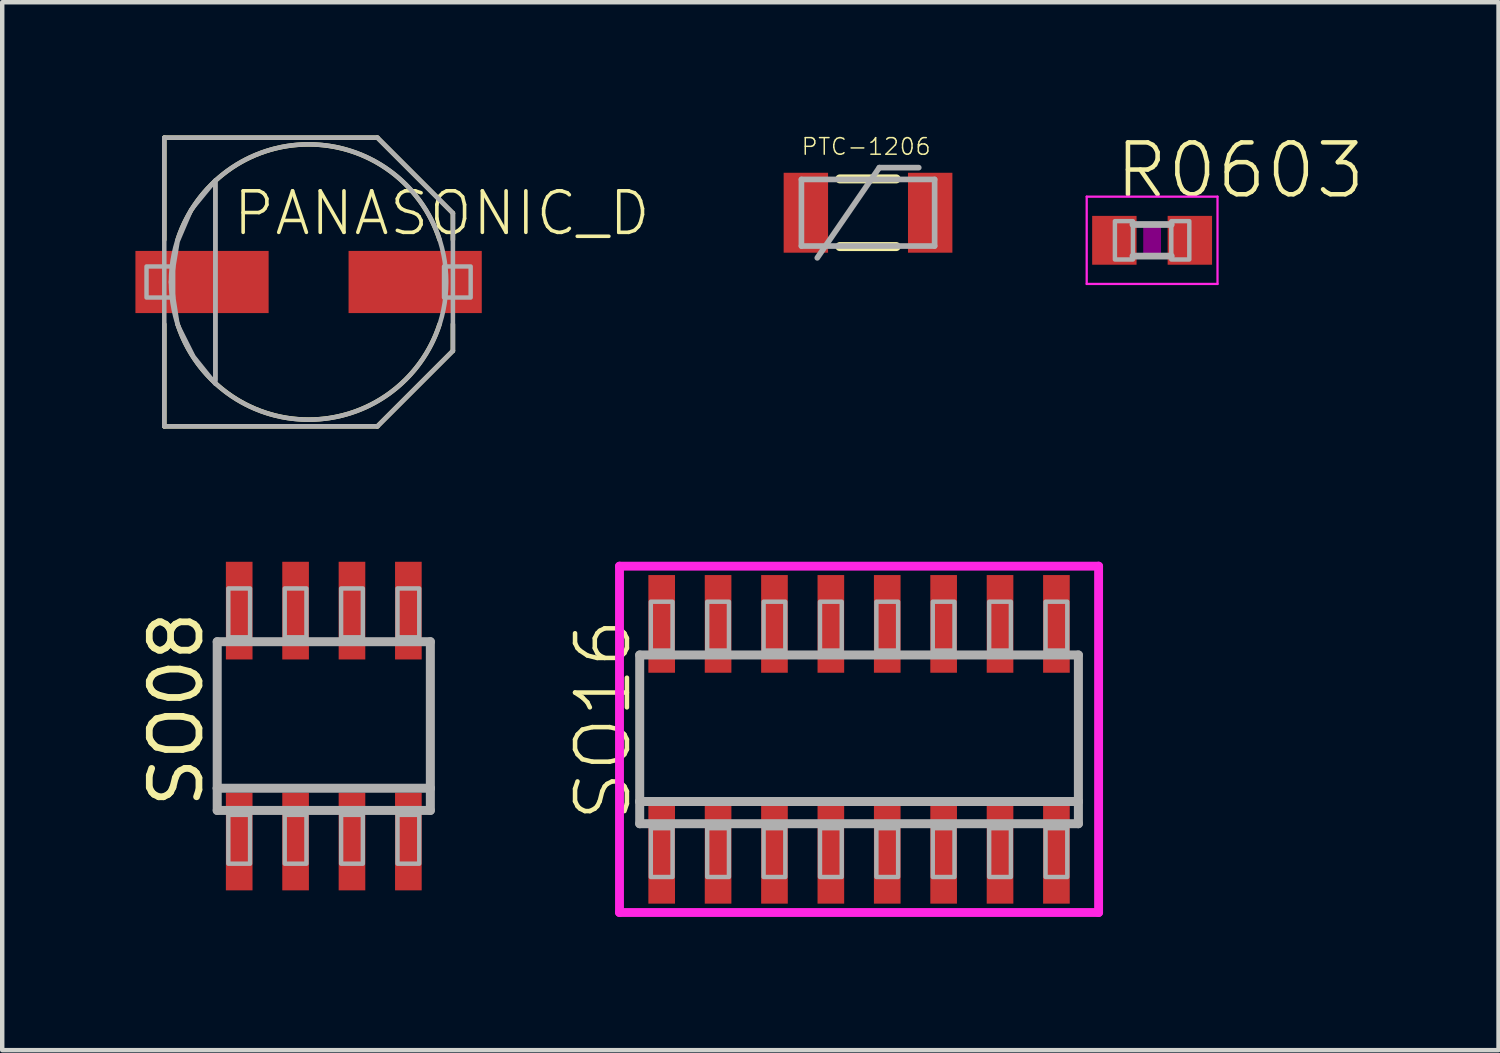
<source format=kicad_pcb>
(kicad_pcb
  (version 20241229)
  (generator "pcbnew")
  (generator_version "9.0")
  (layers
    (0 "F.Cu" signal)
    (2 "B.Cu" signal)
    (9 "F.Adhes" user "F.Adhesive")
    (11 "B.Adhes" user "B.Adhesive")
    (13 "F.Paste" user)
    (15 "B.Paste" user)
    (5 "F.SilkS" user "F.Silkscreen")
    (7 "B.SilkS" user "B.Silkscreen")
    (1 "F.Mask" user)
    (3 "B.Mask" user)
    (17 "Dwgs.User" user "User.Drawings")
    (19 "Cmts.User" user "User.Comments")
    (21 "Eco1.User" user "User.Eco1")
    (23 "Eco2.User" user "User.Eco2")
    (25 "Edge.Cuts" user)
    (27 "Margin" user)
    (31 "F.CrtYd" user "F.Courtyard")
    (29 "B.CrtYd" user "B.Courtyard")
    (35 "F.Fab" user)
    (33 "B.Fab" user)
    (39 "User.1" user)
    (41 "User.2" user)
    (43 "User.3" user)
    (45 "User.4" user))
  (footprint "SO08"
    (layer "F.Cu")
    (at 4.242 13.302)
    (property "Reference" "SO08" (at -2.667 1.905 90) (layer "F.SilkS") (effects (font (size 1.118 1.118) (thickness 0.152)) (justify left bottom)))
    (fp_line (start -2.4 -1.9) (end 2.4 -1.9) (stroke (width 0.203) (type solid)) (layer "F.Fab"))
    (fp_line (start -2.4 1.4) (end -2.4 -1.9) (stroke (width 0.203) (type solid)) (layer "F.Fab"))
    (fp_line (start -2.4 1.9) (end -2.4 1.4) (stroke (width 0.203) (type solid)) (layer "F.Fab"))
    (fp_line (start 2.4 -1.9) (end 2.4 1.4) (stroke (width 0.203) (type solid)) (layer "F.Fab"))
    (fp_line (start 2.4 1.4) (end -2.4 1.4) (stroke (width 0.203) (type solid)) (layer "F.Fab"))
    (fp_line (start 2.4 1.4) (end 2.4 1.9) (stroke (width 0.203) (type solid)) (layer "F.Fab"))
    (fp_line (start 2.4 1.9) (end -2.4 1.9) (stroke (width 0.203) (type solid)) (layer "F.Fab"))
    (fp_poly (pts (xy -2.15 -2) (xy -1.66 -2) (xy -1.66 -3.1) (xy -2.15 -3.1)) (stroke (width 0.1) (type solid)) (fill no) (layer "F.Fab"))
    (fp_poly (pts (xy -2.15 3.1) (xy -1.66 3.1) (xy -1.66 2) (xy -2.15 2)) (stroke (width 0.1) (type solid)) (fill no) (layer "F.Fab"))
    (fp_poly (pts (xy -0.88 -2) (xy -0.39 -2) (xy -0.39 -3.1) (xy -0.88 -3.1)) (stroke (width 0.1) (type solid)) (fill no) (layer "F.Fab"))
    (fp_poly (pts (xy -0.88 3.1) (xy -0.39 3.1) (xy -0.39 2) (xy -0.88 2)) (stroke (width 0.1) (type solid)) (fill no) (layer "F.Fab"))
    (fp_poly (pts (xy 0.39 -2) (xy 0.88 -2) (xy 0.88 -3.1) (xy 0.39 -3.1)) (stroke (width 0.1) (type solid)) (fill no) (layer "F.Fab"))
    (fp_poly (pts (xy 0.39 3.1) (xy 0.88 3.1) (xy 0.88 2) (xy 0.39 2)) (stroke (width 0.1) (type solid)) (fill no) (layer "F.Fab"))
    (fp_poly (pts (xy 1.66 -2) (xy 2.15 -2) (xy 2.15 -3.1) (xy 1.66 -3.1)) (stroke (width 0.1) (type solid)) (fill no) (layer "F.Fab"))
    (fp_poly (pts (xy 1.66 3.1) (xy 2.15 3.1) (xy 2.15 2) (xy 1.66 2)) (stroke (width 0.1) (type solid)) (fill no) (layer "F.Fab"))
    (pad "1" smd rect (at -1.905 2.6) (size 0.6 2.2) (layers "F.Cu" "F.Mask" "F.Paste"))
    (pad "2" smd rect (at -0.635 2.6) (size 0.6 2.2) (layers "F.Cu" "F.Mask" "F.Paste"))
    (pad "3" smd rect (at 0.635 2.6) (size 0.6 2.2) (layers "F.Cu" "F.Mask" "F.Paste"))
    (pad "4" smd rect (at 1.905 2.6) (size 0.6 2.2) (layers "F.Cu" "F.Mask" "F.Paste"))
    (pad "5" smd rect (at 1.905 -2.6) (size 0.6 2.2) (layers "F.Cu" "F.Mask" "F.Paste"))
    (pad "6" smd rect (at 0.635 -2.6) (size 0.6 2.2) (layers "F.Cu" "F.Mask" "F.Paste"))
    (pad "7" smd rect (at -0.635 -2.6) (size 0.6 2.2) (layers "F.Cu" "F.Mask" "F.Paste"))
    (pad "8" smd rect (at -1.905 -2.6) (size 0.6 2.2) (layers "F.Cu" "F.Mask" "F.Paste")))
  (footprint "PTC-1206"
    (layer "F.Cu")
    (at 16.499 1.741)
    (property "Reference" "PTC-1206" (at -1.524 -1.27 0) (layer "F.SilkS") (effects (font (size 0.374 0.374) (thickness 0.033)) (justify left bottom)))
    (fp_line (start -0.635 -0.762) (end 0.635 -0.762) (stroke (width 0.203) (type solid)) (layer "F.SilkS"))
    (fp_line (start 0.635 0.762) (end -0.635 0.762) (stroke (width 0.203) (type solid)) (layer "F.SilkS"))
    (fp_line (start -1.5 -0.75) (end 1.5 -0.75) (stroke (width 0.127) (type solid)) (layer "F.Fab"))
    (fp_line (start -1.5 0.75) (end -1.5 -0.75) (stroke (width 0.127) (type solid)) (layer "F.Fab"))
    (fp_line (start -1.143 1.016) (end 0.254 -1.016) (stroke (width 0.127) (type solid)) (layer "F.Fab"))
    (fp_line (start 0.254 -1.016) (end 1.143 -1.016) (stroke (width 0.127) (type solid)) (layer "F.Fab"))
    (fp_line (start 1.5 -0.75) (end 1.5 0.75) (stroke (width 0.127) (type solid)) (layer "F.Fab"))
    (fp_line (start 1.5 0.75) (end -1.5 0.75) (stroke (width 0.127) (type solid)) (layer "F.Fab"))
    (pad "1" smd rect (at -1.4 0) (size 1 1.8) (layers "F.Cu" "F.Mask" "F.Paste"))
    (pad "2" smd rect (at 1.4 0) (size 1 1.8) (layers "F.Cu" "F.Mask" "F.Paste")))
  (footprint "SO16"
    (layer "F.Cu")
    (at 16.297 13.601)
    (property "Reference" "SO16" (at -5.08 1.905 90) (layer "F.SilkS") (effects (font (size 1.168 1.168) (thickness 0.102)) (justify left bottom)))
    (fp_line (start -5.395 -3.9) (end 5.395 -3.9) (stroke (width 0.2) (type solid)) (layer "F.CrtYd"))
    (fp_line (start -5.395 3.9) (end -5.395 -3.9) (stroke (width 0.2) (type solid)) (layer "F.CrtYd"))
    (fp_line (start 5.395 -3.9) (end 5.395 3.9) (stroke (width 0.2) (type solid)) (layer "F.CrtYd"))
    (fp_line (start 5.395 3.9) (end -5.395 3.9) (stroke (width 0.2) (type solid)) (layer "F.CrtYd"))
    (fp_line (start -4.94 -1.9) (end 4.94 -1.9) (stroke (width 0.203) (type solid)) (layer "F.Fab"))
    (fp_line (start -4.94 1.4) (end -4.94 -1.9) (stroke (width 0.203) (type solid)) (layer "F.Fab"))
    (fp_line (start -4.94 1.9) (end -4.94 1.4) (stroke (width 0.203) (type solid)) (layer "F.Fab"))
    (fp_line (start 4.94 -1.9) (end 4.94 1.4) (stroke (width 0.203) (type solid)) (layer "F.Fab"))
    (fp_line (start 4.94 1.4) (end -4.94 1.4) (stroke (width 0.203) (type solid)) (layer "F.Fab"))
    (fp_line (start 4.94 1.4) (end 4.94 1.9) (stroke (width 0.203) (type solid)) (layer "F.Fab"))
    (fp_line (start 4.94 1.9) (end -4.94 1.9) (stroke (width 0.203) (type solid)) (layer "F.Fab"))
    (fp_poly (pts (xy -4.69 -2) (xy -4.2 -2) (xy -4.2 -3.1) (xy -4.69 -3.1)) (stroke (width 0.1) (type solid)) (fill no) (layer "F.Fab"))
    (fp_poly (pts (xy -4.69 3.1) (xy -4.2 3.1) (xy -4.2 2) (xy -4.69 2)) (stroke (width 0.1) (type solid)) (fill no) (layer "F.Fab"))
    (fp_poly (pts (xy -3.42 -2) (xy -2.93 -2) (xy -2.93 -3.1) (xy -3.42 -3.1)) (stroke (width 0.1) (type solid)) (fill no) (layer "F.Fab"))
    (fp_poly (pts (xy -3.42 3.1) (xy -2.93 3.1) (xy -2.93 2) (xy -3.42 2)) (stroke (width 0.1) (type solid)) (fill no) (layer "F.Fab"))
    (fp_poly (pts (xy -2.15 -2) (xy -1.66 -2) (xy -1.66 -3.1) (xy -2.15 -3.1)) (stroke (width 0.1) (type solid)) (fill no) (layer "F.Fab"))
    (fp_poly (pts (xy -2.15 3.1) (xy -1.66 3.1) (xy -1.66 2) (xy -2.15 2)) (stroke (width 0.1) (type solid)) (fill no) (layer "F.Fab"))
    (fp_poly (pts (xy -0.88 -2) (xy -0.39 -2) (xy -0.39 -3.1) (xy -0.88 -3.1)) (stroke (width 0.1) (type solid)) (fill no) (layer "F.Fab"))
    (fp_poly (pts (xy -0.88 3.1) (xy -0.39 3.1) (xy -0.39 2) (xy -0.88 2)) (stroke (width 0.1) (type solid)) (fill no) (layer "F.Fab"))
    (fp_poly (pts (xy 0.39 -2) (xy 0.88 -2) (xy 0.88 -3.1) (xy 0.39 -3.1)) (stroke (width 0.1) (type solid)) (fill no) (layer "F.Fab"))
    (fp_poly (pts (xy 0.39 3.1) (xy 0.88 3.1) (xy 0.88 2) (xy 0.39 2)) (stroke (width 0.1) (type solid)) (fill no) (layer "F.Fab"))
    (fp_poly (pts (xy 1.66 -2) (xy 2.15 -2) (xy 2.15 -3.1) (xy 1.66 -3.1)) (stroke (width 0.1) (type solid)) (fill no) (layer "F.Fab"))
    (fp_poly (pts (xy 1.66 3.1) (xy 2.15 3.1) (xy 2.15 2) (xy 1.66 2)) (stroke (width 0.1) (type solid)) (fill no) (layer "F.Fab"))
    (fp_poly (pts (xy 2.93 -2) (xy 3.42 -2) (xy 3.42 -3.1) (xy 2.93 -3.1)) (stroke (width 0.1) (type solid)) (fill no) (layer "F.Fab"))
    (fp_poly (pts (xy 2.93 3.1) (xy 3.42 3.1) (xy 3.42 2) (xy 2.93 2)) (stroke (width 0.1) (type solid)) (fill no) (layer "F.Fab"))
    (fp_poly (pts (xy 4.2 -2) (xy 4.69 -2) (xy 4.69 -3.1) (xy 4.2 -3.1)) (stroke (width 0.1) (type solid)) (fill no) (layer "F.Fab"))
    (fp_poly (pts (xy 4.2 3.1) (xy 4.69 3.1) (xy 4.69 2) (xy 4.2 2)) (stroke (width 0.1) (type solid)) (fill no) (layer "F.Fab"))
    (pad "1" smd rect (at -4.445 2.6) (size 0.6 2.2) (layers "F.Cu" "F.Mask" "F.Paste"))
    (pad "2" smd rect (at -3.175 2.6) (size 0.6 2.2) (layers "F.Cu" "F.Mask" "F.Paste"))
    (pad "3" smd rect (at -1.905 2.6) (size 0.6 2.2) (layers "F.Cu" "F.Mask" "F.Paste"))
    (pad "4" smd rect (at -0.635 2.6) (size 0.6 2.2) (layers "F.Cu" "F.Mask" "F.Paste"))
    (pad "5" smd rect (at 0.635 2.6) (size 0.6 2.2) (layers "F.Cu" "F.Mask" "F.Paste"))
    (pad "6" smd rect (at 1.905 2.6) (size 0.6 2.2) (layers "F.Cu" "F.Mask" "F.Paste"))
    (pad "7" smd rect (at 3.175 2.6) (size 0.6 2.2) (layers "F.Cu" "F.Mask" "F.Paste"))
    (pad "8" smd rect (at 4.445 2.6) (size 0.6 2.2) (layers "F.Cu" "F.Mask" "F.Paste"))
    (pad "9" smd rect (at 4.445 -2.6) (size 0.6 2.2) (layers "F.Cu" "F.Mask" "F.Paste"))
    (pad "10" smd rect (at 3.175 -2.6) (size 0.6 2.2) (layers "F.Cu" "F.Mask" "F.Paste"))
    (pad "11" smd rect (at 1.905 -2.6) (size 0.6 2.2) (layers "F.Cu" "F.Mask" "F.Paste"))
    (pad "12" smd rect (at 0.635 -2.6) (size 0.6 2.2) (layers "F.Cu" "F.Mask" "F.Paste"))
    (pad "13" smd rect (at -0.635 -2.6) (size 0.6 2.2) (layers "F.Cu" "F.Mask" "F.Paste"))
    (pad "14" smd rect (at -1.905 -2.6) (size 0.6 2.2) (layers "F.Cu" "F.Mask" "F.Paste"))
    (pad "15" smd rect (at -3.175 -2.6) (size 0.6 2.2) (layers "F.Cu" "F.Mask" "F.Paste"))
    (pad "16" smd rect (at -4.445 -2.6) (size 0.6 2.2) (layers "F.Cu" "F.Mask" "F.Paste")))
  (footprint "R0603"
    (layer "F.Cu")
    (at 22.897 2.362)
    (property "Reference" "R0603" (at -0.889 -0.889 0) (layer "F.SilkS") (effects (font (size 1.168 1.168) (thickness 0.102)) (justify left bottom)))
    (fp_poly (pts (xy -0.2 0.4) (xy 0.2 0.4) (xy 0.2 -0.4) (xy -0.2 -0.4)) (stroke (width 0) (type solid)) (fill yes) (layer "F.Adhes"))
    (fp_line (start -1.473 -0.983) (end 1.473 -0.983) (stroke (width 0.051) (type solid)) (layer "F.CrtYd"))
    (fp_line (start -1.473 0.983) (end -1.473 -0.983) (stroke (width 0.051) (type solid)) (layer "F.CrtYd"))
    (fp_line (start 1.473 -0.983) (end 1.473 0.983) (stroke (width 0.051) (type solid)) (layer "F.CrtYd"))
    (fp_line (start 1.473 0.983) (end -1.473 0.983) (stroke (width 0.051) (type solid)) (layer "F.CrtYd"))
    (fp_line (start -0.432 0.356) (end 0.432 0.356) (stroke (width 0.152) (type solid)) (layer "F.Fab"))
    (fp_line (start 0.432 -0.356) (end -0.432 -0.356) (stroke (width 0.152) (type solid)) (layer "F.Fab"))
    (fp_poly (pts (xy -0.838 0.432) (xy -0.432 0.432) (xy -0.432 -0.432) (xy -0.838 -0.432)) (stroke (width 0.1) (type solid)) (fill no) (layer "F.Fab"))
    (fp_poly (pts (xy 0.432 0.432) (xy 0.838 0.432) (xy 0.838 -0.432) (xy 0.432 -0.432)) (stroke (width 0.1) (type solid)) (fill no) (layer "F.Fab"))
    (pad "1" smd rect (at -0.85 0) (size 1 1.1) (layers "F.Cu" "F.Mask" "F.Paste"))
    (pad "2" smd rect (at 0.85 0) (size 1 1.1) (layers "F.Cu" "F.Mask" "F.Paste")))
  (footprint "PANASONIC_D"
    (layer "F.Cu")
    (at 3.9 3.301)
    (property "Reference" "PANASONIC_D" (at -1.75 -1 0) (layer "F.SilkS") (effects (font (size 0.935 0.935) (thickness 0.081)) (justify left bottom)))
    (fp_line (start -3.25 -3.25) (end 1.55 -3.25) (stroke (width 0.102) (type solid)) (layer "F.SilkS"))
    (fp_line (start -3.25 -0.95) (end -3.25 -3.25) (stroke (width 0.102) (type solid)) (layer "F.SilkS"))
    (fp_line (start -3.25 3.25) (end -3.25 0.95) (stroke (width 0.102) (type solid)) (layer "F.SilkS"))
    (fp_line (start 1.55 -3.25) (end 3.25 -1.55) (stroke (width 0.102) (type solid)) (layer "F.SilkS"))
    (fp_line (start 1.55 3.25) (end -3.25 3.25) (stroke (width 0.102) (type solid)) (layer "F.SilkS"))
    (fp_line (start 3.25 -1.55) (end 3.25 -0.95) (stroke (width 0.102) (type solid)) (layer "F.SilkS"))
    (fp_line (start 3.25 0.95) (end 3.25 1.55) (stroke (width 0.102) (type solid)) (layer "F.SilkS"))
    (fp_line (start 3.25 1.55) (end 1.55 3.25) (stroke (width 0.102) (type solid)) (layer "F.SilkS"))
    (fp_arc (start -2.95 -0.95) (mid 0 -3.099193) (end 2.95 -0.95) (stroke (width 0.1016) (type solid)) (layer "F.SilkS"))
    (fp_arc (start 2.95 0.95) (mid 0 3.099193) (end -2.95 0.95) (stroke (width 0.1016) (type solid)) (layer "F.SilkS"))
    (fp_line (start -3.25 -3.25) (end 1.55 -3.25) (stroke (width 0.102) (type solid)) (layer "F.Fab"))
    (fp_line (start -3.25 3.25) (end -3.25 -3.25) (stroke (width 0.102) (type solid)) (layer "F.Fab"))
    (fp_line (start -2.1 -2.25) (end -2.1 2.2) (stroke (width 0.102) (type solid)) (layer "F.Fab"))
    (fp_line (start 1.55 -3.25) (end 3.25 -1.55) (stroke (width 0.102) (type solid)) (layer "F.Fab"))
    (fp_line (start 1.55 3.25) (end -3.25 3.25) (stroke (width 0.102) (type solid)) (layer "F.Fab"))
    (fp_line (start 3.25 -1.55) (end 3.25 1.55) (stroke (width 0.102) (type solid)) (layer "F.Fab"))
    (fp_line (start 3.25 1.55) (end 1.55 3.25) (stroke (width 0.102) (type solid)) (layer "F.Fab"))
    (fp_circle (center 0 0) (end 3.1 0) (stroke (width 0.102) (type solid)) (fill no) (layer "F.Fab"))
    (fp_poly (pts (xy -3.65 0.35) (xy -3.05 0.35) (xy -3.05 -0.35) (xy -3.65 -0.35)) (stroke (width 0.1) (type solid)) (fill no) (layer "F.Fab"))
    (fp_poly (pts (xy 3.05 0.35) (xy 3.65 0.35) (xy 3.65 -0.35) (xy 3.05 -0.35)) (stroke (width 0.1) (type solid)) (fill no) (layer "F.Fab"))
    (fp_poly (pts (xy -2.099 2.295) (xy -2.593 1.678) (xy -2.949 0.966) (xy -3.101 -0.00022) (xy -2.949 -0.914) (xy -2.644 -1.627) (xy -2.099 -2.292)) (stroke (width 0.1) (type solid)) (fill no) (layer "F.Fab"))
    (pad "+" smd rect (at 2.4 0) (size 3 1.4) (layers "F.Cu" "F.Mask" "F.Paste"))
    (pad "-" smd rect (at -2.4 0) (size 3 1.4) (layers "F.Cu" "F.Mask" "F.Paste")))
  (gr_rect
    (start -3 -3)
    (end 30.699 20.601)
    (stroke (width 0.1) (type default))
    (fill no)
    (layer "Edge.Cuts")))
</source>
